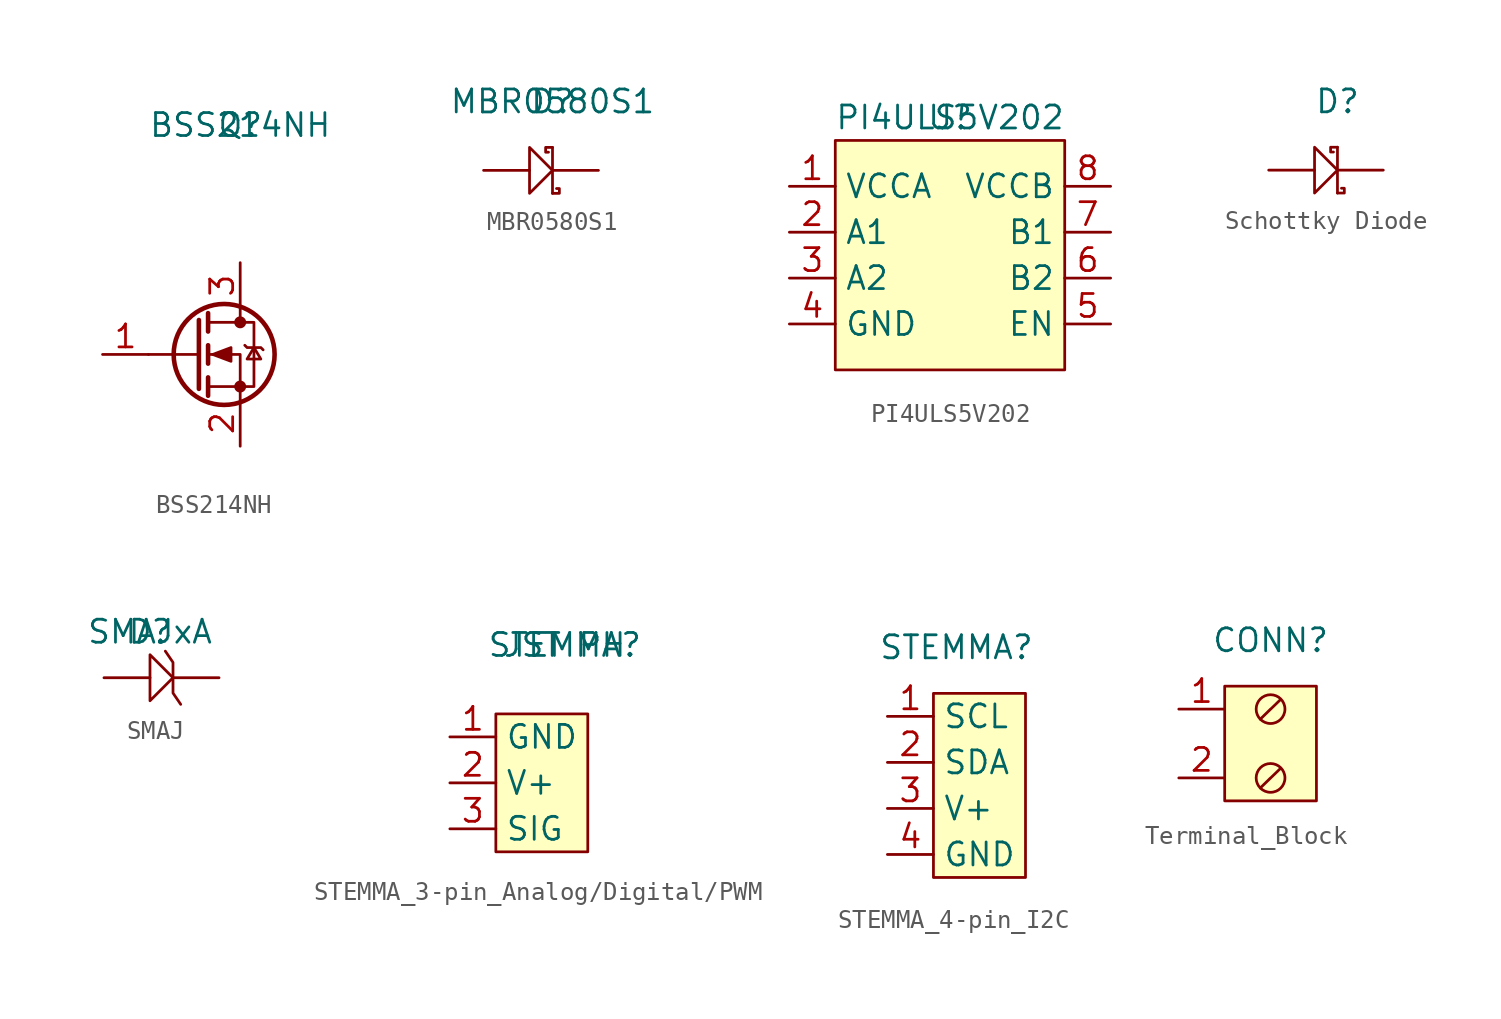
<source format=kicad_sym>
(kicad_symbol_lib
  (version 20220914)
  (generator kicad_symbol_editor)
  (symbol "BSS214NH"
    (pin_names hide)
    (property "Reference" "Q"
      (at 0 0 0)
      (effects (font (size 1.27 1.27))))
    (property "Value" "BSS214NH"
      (at 0 0 0)
      (effects (font (size 1.27 1.27))))
    (symbol "BSS214NH_0_1"
      (circle (center -0.889 -12.7) (radius 2.794) (stroke (width 0.254) (type default)) (fill (type none)))
      (circle (center 0 -14.478) (radius 0.254) (stroke (width 0) (type default)) (fill (type outline)))
      (circle (center 0 -10.922) (radius 0.254) (stroke (width 0) (type default)) (fill (type outline)))
      (polyline (pts (xy -2.286 -12.7) (xy -5.08 -12.7)) (stroke (width 0) (type default)) (fill (type none)))
      (polyline (pts (xy -2.286 -10.795) (xy -2.286 -14.605)) (stroke (width 0.254) (type default)) (fill (type none)))
      (polyline (pts (xy -1.778 -13.97) (xy -1.778 -14.986)) (stroke (width 0.254) (type default)) (fill (type none)))
      (polyline (pts (xy -1.778 -12.192) (xy -1.778 -13.208)) (stroke (width 0.254) (type default)) (fill (type none)))
      (polyline (pts (xy -1.778 -10.414) (xy -1.778 -11.43)) (stroke (width 0.254) (type default)) (fill (type none)))
      (polyline (pts (xy 0 -10.16) (xy 0 -10.922)) (stroke (width 0) (type default)) (fill (type none)))
      (polyline (pts (xy 0 -15.24) (xy 0 -12.7) (xy -1.778 -12.7)) (stroke (width 0) (type default)) (fill (type none)))
      (polyline (pts (xy -1.778 -14.478) (xy 0.762 -14.478) (xy 0.762 -10.922) (xy -1.778 -10.922)) (stroke (width 0) (type default)) (fill (type none)))
      (polyline (pts (xy -1.524 -12.7) (xy -0.508 -12.319) (xy -0.508 -13.081) (xy -1.524 -12.7)) (stroke (width 0) (type default)) (fill (type outline)))
      (polyline (pts (xy 0.254 -12.192) (xy 0.381 -12.319) (xy 1.143 -12.319) (xy 1.27 -12.446)) (stroke (width 0) (type default)) (fill (type none)))
      (polyline (pts (xy 0.762 -12.319) (xy 0.381 -12.954) (xy 1.143 -12.954) (xy 0.762 -12.319)) (stroke (width 0) (type default)) (fill (type none))))
    (symbol "BSS214NH_1_1"
      (pin input line (at -7.62 -12.7 0) (length 2.54) (name "G" (effects (font (size 1.27 1.27)))) (number "1" (effects (font (size 1.27 1.27)))))
      (pin passive line (at 0 -17.78 90) (length 2.54) (name "S" (effects (font (size 1.27 1.27)))) (number "2" (effects (font (size 1.27 1.27)))))
      (pin passive line (at 0 -7.62 270) (length 2.54) (name "D" (effects (font (size 1.27 1.27)))) (number "3" (effects (font (size 1.27 1.27)))))))
  (symbol "MBR0580S1"
    (pin_numbers hide)
    (pin_names
      (offset 0) hide)
    (property "Reference" "D"
      (at 0 0 0)
      (effects (font (size 1.27 1.27))))
    (property "Value" "MBR0580S1"
      (at 0 0 0)
      (effects (font (size 1.27 1.27))))
    (symbol "MBR0580S1_0_1"
      (polyline (pts (xy 0 -2.54) (xy 0 -5.08)) (stroke (width 0) (type default)) (fill (type none)))
      (polyline (pts (xy -1.27 -2.54) (xy -1.27 -5.08) (xy 0 -3.81) (xy -1.27 -2.54)) (stroke (width 0) (type default)) (fill (type none)))
      (polyline (pts (xy 0 -5.08) (xy 0.38 -5.08) (xy 0.38 -4.814) (xy 0.222 -4.814)) (stroke (width 0) (type default)) (fill (type none)))
      (polyline (pts (xy 0 -2.54) (xy -0.38 -2.54) (xy -0.38 -2.806) (xy -0.222 -2.806)) (stroke (width 0) (type default)) (fill (type none))))
    (symbol "MBR0580S1_1_1"
      (pin passive line (at -3.81 -3.81 0) (length 2.54) (name "A" (effects (font (size 1.27 1.27)))) (number "A" (effects (font (size 1.27 1.27)))))
      (pin passive line (at 2.54 -3.81 180) (length 2.54) (name "K" (effects (font (size 1.27 1.27)))) (number "K" (effects (font (size 1.27 1.27)))))))
  (symbol "PI4ULS5V202"
    (property "Reference" "U"
      (at 0 0 0)
      (effects (font (size 1.27 1.27))))
    (property "Value" "PI4ULS5V202"
      (at 0 0 0)
      (effects (font (size 1.27 1.27))))
    (symbol "PI4ULS5V202_1_1"
      (rectangle (start -6.35 -1.27) (end 6.35 -13.97) (stroke (width 0) (type default)) (fill (type background)))
      (pin passive line (at -8.89 -3.81 0) (length 2.54) (name "VCCA" (effects (font (size 1.27 1.27)))) (number "1" (effects (font (size 1.27 1.27)))))
      (pin bidirectional line (at -8.89 -6.35 0) (length 2.54) (name "A1" (effects (font (size 1.27 1.27)))) (number "2" (effects (font (size 1.27 1.27)))))
      (pin bidirectional line (at -8.89 -8.89 0) (length 2.54) (name "A2" (effects (font (size 1.27 1.27)))) (number "3" (effects (font (size 1.27 1.27)))))
      (pin passive line (at -8.89 -11.43 0) (length 2.54) (name "GND" (effects (font (size 1.27 1.27)))) (number "4" (effects (font (size 1.27 1.27)))))
      (pin input line (at 8.89 -11.43 180) (length 2.54) (name "EN" (effects (font (size 1.27 1.27)))) (number "5" (effects (font (size 1.27 1.27)))))
      (pin bidirectional line (at 8.89 -8.89 180) (length 2.54) (name "B2" (effects (font (size 1.27 1.27)))) (number "6" (effects (font (size 1.27 1.27)))))
      (pin bidirectional line (at 8.89 -6.35 180) (length 2.54) (name "B1" (effects (font (size 1.27 1.27)))) (number "7" (effects (font (size 1.27 1.27)))))
      (pin passive line (at 8.89 -3.81 180) (length 2.54) (name "VCCB" (effects (font (size 1.27 1.27)))) (number "8" (effects (font (size 1.27 1.27)))))))
  (symbol "Schottky Diode"
    (pin_numbers hide)
    (pin_names hide)
    (property "Reference" "D"
      (at 0 0 0)
      (effects (font (size 1.27 1.27))))
    (property "Value" ""
      (at 0 0 0)
      (effects (font (size 1.27 1.27))))
    (symbol "Schottky Diode_0_1"
      (polyline (pts (xy 0 -2.54) (xy 0 -5.08)) (stroke (width 0) (type default)) (fill (type none)))
      (polyline (pts (xy -1.27 -2.54) (xy -1.27 -5.08) (xy 0 -3.81) (xy -1.27 -2.54)) (stroke (width 0) (type default)) (fill (type none)))
      (polyline (pts (xy 0 -5.08) (xy 0.38 -5.08) (xy 0.38 -4.814) (xy 0.222 -4.814)) (stroke (width 0) (type default)) (fill (type none)))
      (polyline (pts (xy 0 -2.54) (xy -0.38 -2.54) (xy -0.38 -2.806) (xy -0.222 -2.806)) (stroke (width 0) (type default)) (fill (type none))))
    (symbol "Schottky Diode_1_1"
      (pin passive line (at -3.81 -3.81 0) (length 2.54) (name "A" (effects (font (size 1.27 1.27)))) (number "A" (effects (font (size 1.27 1.27)))))
      (pin passive line (at 2.54 -3.81 180) (length 2.54) (name "K" (effects (font (size 1.27 1.27)))) (number "K" (effects (font (size 1.27 1.27)))))))
  (symbol "SMAJ"
    (pin_numbers hide)
    (pin_names hide)
    (property "Reference" "D"
      (at 0 0 0)
      (effects (font (size 1.27 1.27))))
    (property "Value" "SMAJxA"
      (at 0 0 0)
      (effects (font (size 1.27 1.27))))
    (symbol "SMAJ_0_1"
      (polyline (pts (xy 1.27 -2.54) (xy 1.27 -3.386) (xy 1.694 -4.008)) (stroke (width 0) (type default)) (fill (type none)))
      (polyline (pts (xy 1.27 -2.54) (xy 1.27 -1.694) (xy 0.846 -1.072)) (stroke (width 0) (type default)) (fill (type none)))
      (polyline (pts (xy 0 -2.54) (xy 0 -3.81) (xy 1.27 -2.54) (xy 0 -1.27) (xy 0 -2.54)) (stroke (width 0) (type default)) (fill (type none))))
    (symbol "SMAJ_1_1"
      (pin passive line (at -2.54 -2.54 0) (length 2.54) (name "A" (effects (font (size 1.27 1.27)))) (number "A" (effects (font (size 1.27 1.27)))))
      (pin passive line (at 3.81 -2.54 180) (length 2.54) (name "K" (effects (font (size 1.27 1.27)))) (number "K" (effects (font (size 1.27 1.27)))))))
  (symbol "STEMMA_3-pin_Analog/Digital/PWM"
    (property "Reference" "STEMMA"
      (at 0 0 0)
      (effects (font (size 1.27 1.27))))
    (property "Value" "JST PH"
      (at 0 0 0)
      (effects (font (size 1.27 1.27))))
    (symbol "STEMMA_3-pin_Analog/Digital/PWM_1_1"
      (rectangle (start -3.81 -3.81) (end 1.27 -11.43) (stroke (width 0) (type default)) (fill (type background)))
      (pin passive line (at -6.35 -5.08 0) (length 2.54) (name "GND" (effects (font (size 1.27 1.27)))) (number "1" (effects (font (size 1.27 1.27)))))
      (pin passive line (at -6.35 -7.62 0) (length 2.54) (name "V+" (effects (font (size 1.27 1.27)))) (number "2" (effects (font (size 1.27 1.27)))))
      (pin passive line (at -6.35 -10.16 0) (length 2.54) (name "SIG" (effects (font (size 1.27 1.27)))) (number "3" (effects (font (size 1.27 1.27)))))))
  (symbol "STEMMA_4-pin_I2C"
    (property "Reference" "STEMMA"
      (at 0 0 0)
      (effects (font (size 1.27 1.27))))
    (property "Value" ""
      (at 0 0 0)
      (effects (font (size 1.27 1.27))))
    (symbol "STEMMA_4-pin_I2C_1_1"
      (rectangle (start -1.27 -2.54) (end 3.81 -12.7) (stroke (width 0) (type default)) (fill (type background)))
      (pin bidirectional line (at -3.81 -3.81 0) (length 2.54) (name "SCL" (effects (font (size 1.27 1.27)))) (number "1" (effects (font (size 1.27 1.27)))))
      (pin bidirectional line (at -3.81 -6.35 0) (length 2.54) (name "SDA" (effects (font (size 1.27 1.27)))) (number "2" (effects (font (size 1.27 1.27)))))
      (pin passive line (at -3.81 -8.89 0) (length 2.54) (name "V+" (effects (font (size 1.27 1.27)))) (number "3" (effects (font (size 1.27 1.27)))))
      (pin passive line (at -3.81 -11.43 0) (length 2.54) (name "GND" (effects (font (size 1.27 1.27)))) (number "4" (effects (font (size 1.27 1.27)))))))
  (symbol "Terminal_Block"
    (pin_names hide)
    (property "Reference" "CONN"
      (at 0 0 0)
      (effects (font (size 1.27 1.27))))
    (property "Value" ""
      (at 0 0 0)
      (effects (font (size 1.27 1.27))))
    (symbol "Terminal_Block_1_1"
      (rectangle (start -2.54 -2.54) (end 2.54 -8.89) (stroke (width 0) (type default)) (fill (type background)))
      (circle (center 0 -7.62) (radius 0.797) (stroke (width 0) (type default)) (fill (type none)))
      (circle (center 0 -3.81) (radius 0.797) (stroke (width 0) (type default)) (fill (type none)))
      (polyline (pts (xy 0 -7.62) (xy -0.569 -8.177) (xy 0.523 -7.12)) (stroke (width 0) (type default)) (fill (type none)))
      (polyline (pts (xy 0 -3.81) (xy -0.569 -4.367) (xy 0.523 -3.31)) (stroke (width 0) (type default)) (fill (type none)))
      (pin passive line (at -5.08 -3.81 0) (length 2.54) (name "1" (effects (font (size 1.27 1.27)))) (number "1" (effects (font (size 1.27 1.27)))))
      (pin passive line (at -5.08 -7.62 0) (length 2.54) (name "2" (effects (font (size 1.27 1.27)))) (number "2" (effects (font (size 1.27 1.27))))))))
</source>
